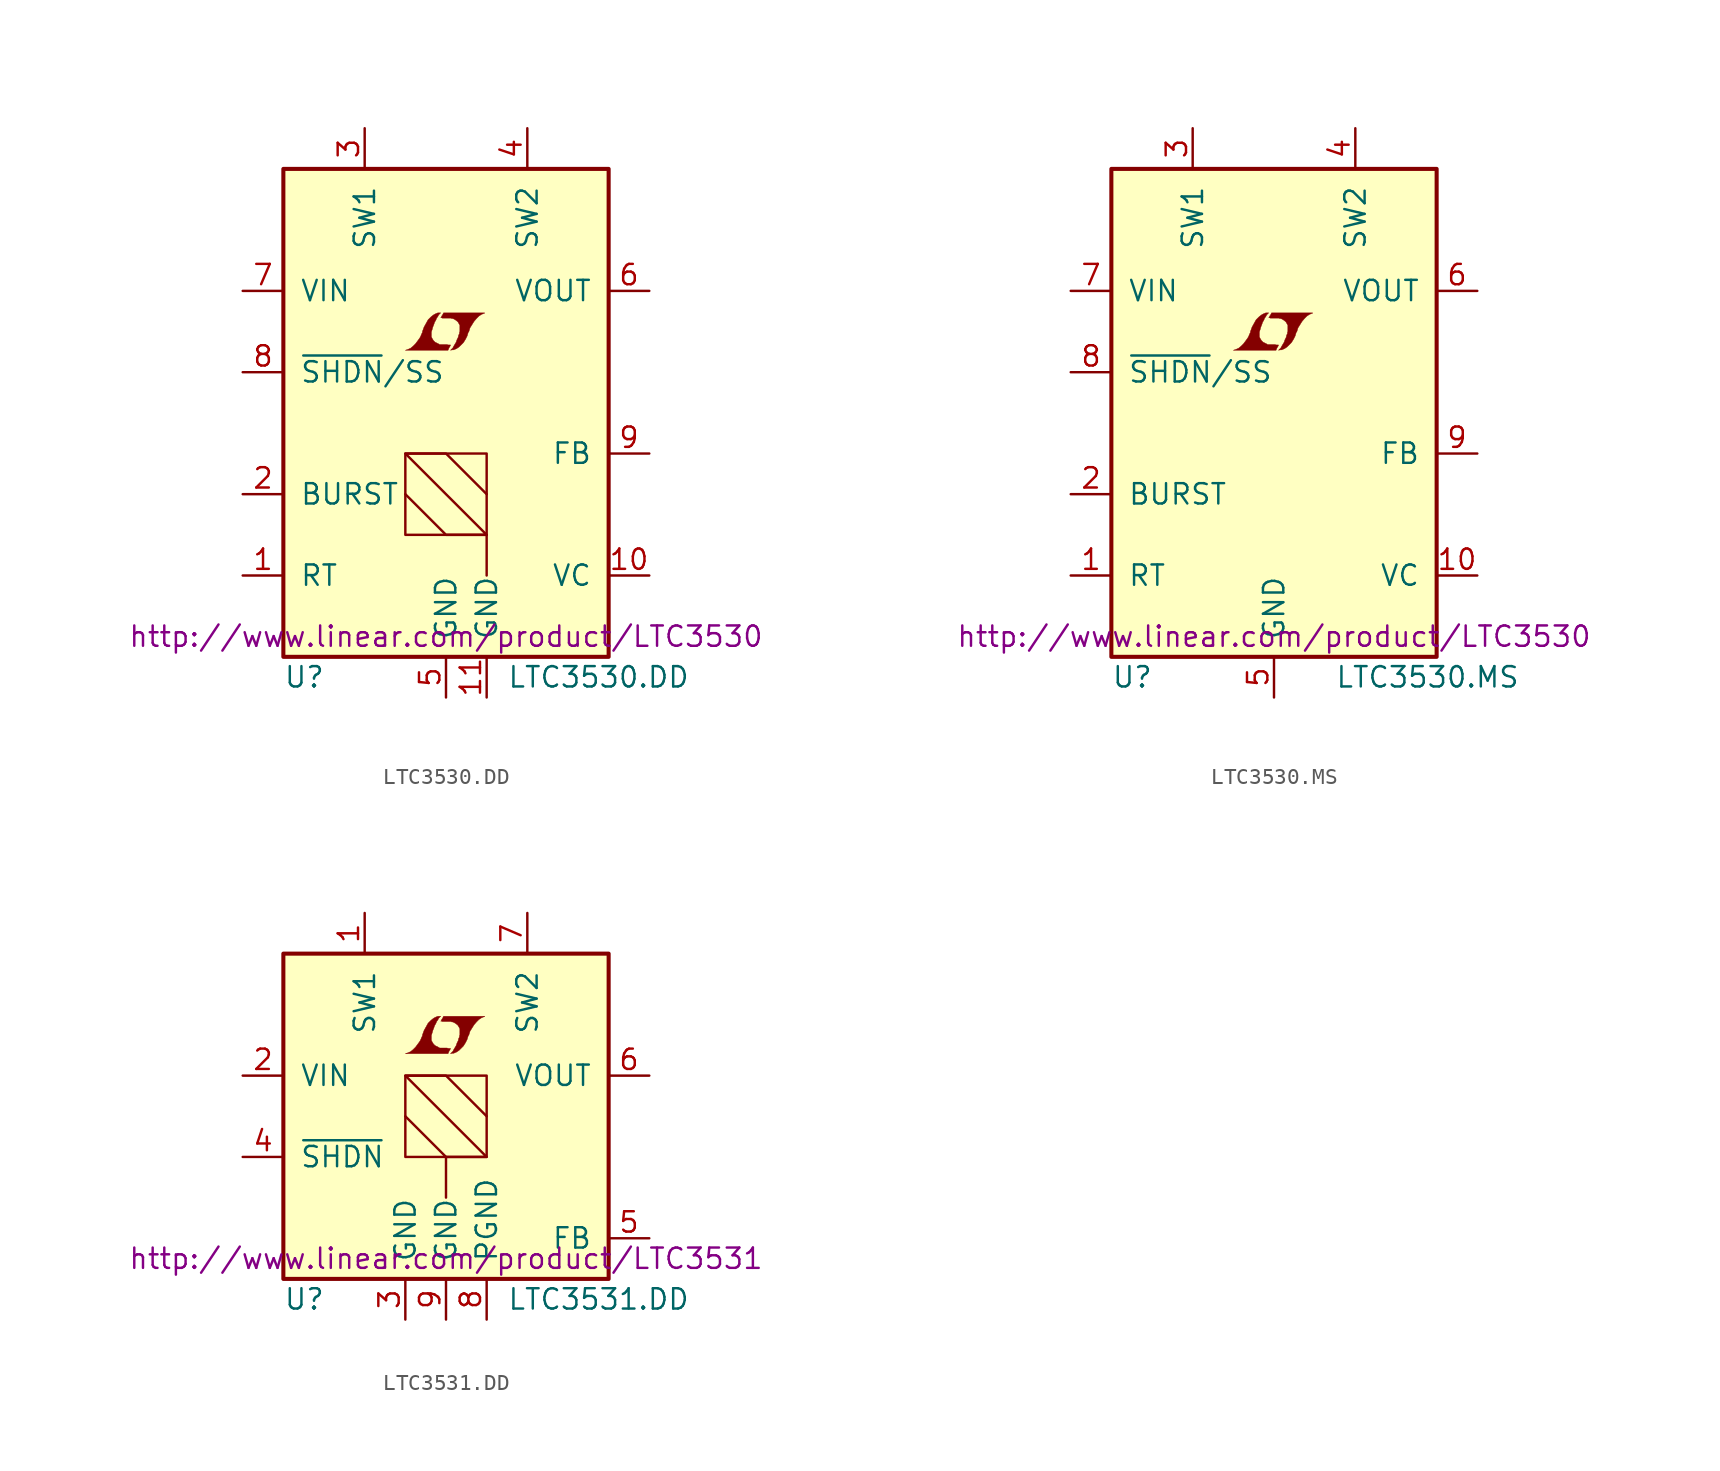
<source format=kicad_sym>
(kicad_symbol_lib
  (version 20201005)
  (generator kicad_symbol_editor)
  (symbol "LTC3530.DD"
    (pin_names
      (offset 1.016))
    (property "Reference" "U"
      (at -10.16 -16.51 0)
      (effects (font (size 1.27 1.27)) (justify left)))
    (property "Value" "LTC3530.DD"
      (at 3.81 -16.51 0)
      (effects (font (size 1.27 1.27)) (justify left)))
    (property "Datasheet" "http://www.linear.com/product/LTC3530"
      (at 0 -13.97 0)
      (effects (font (size 1.27 1.27))))
    (symbol "LTC3530.DD_0_0"
      (polyline (pts (xy 0.203 4.089) (xy 0.229 4.115) (xy 0.279 4.216) (xy 0.279 4.242) (xy 0.152 4.242) (xy 0.051 4.267) (xy -0.406 4.267) (xy -0.432 4.293) (xy -0.686 4.42) (xy -0.787 4.521) (xy -0.864 4.648) (xy -0.914 4.75) (xy -0.914 5.055) (xy -0.864 5.207) (xy -0.838 5.309) (xy -0.813 5.385) (xy -0.762 5.512) (xy -0.711 5.664) (xy -0.635 5.791) (xy -0.584 5.918) (xy -0.508 6.02) (xy -0.457 6.121) (xy -0.33 6.248) (xy -0.508 6.248) (xy -0.635 6.198) (xy -0.737 6.147) (xy -0.813 6.096) (xy -0.94 5.994) (xy -1.118 5.817) (xy -1.372 5.359) (xy -1.473 5.08) (xy -1.473 5.029) (xy -1.524 4.928) (xy -1.575 4.801) (xy -1.626 4.699) (xy -1.753 4.521) (xy -1.905 4.318) (xy -2.057 4.166) (xy -2.21 4.039) (xy -2.388 3.962) (xy -2.54 3.912) (xy 0.127 3.912) (xy 0.203 4.089)) (stroke (width 0.025)) (fill (type outline)))
      (polyline (pts (xy 0.406 3.937) (xy 0.483 3.937) (xy 0.66 4.013) (xy 0.813 4.115) (xy 1.092 4.394) (xy 1.219 4.597) (xy 1.321 4.801) (xy 1.397 5.055) (xy 1.422 5.055) (xy 1.499 5.309) (xy 1.753 5.715) (xy 1.905 5.893) (xy 2.057 6.045) (xy 2.21 6.147) (xy 2.388 6.223) (xy 2.413 6.223) (xy 2.413 6.248) (xy -0.152 6.248) (xy -0.229 6.096) (xy -0.254 6.071) (xy -0.305 5.969) (xy -0.33 5.944) (xy -0.279 5.944) (xy -0.229 5.918) (xy 0.305 5.918) (xy 0.356 5.893) (xy 0.406 5.893) (xy 0.483 5.867) (xy 0.61 5.791) (xy 0.737 5.69) (xy 0.813 5.563) (xy 0.838 5.512) (xy 0.864 5.486) (xy 0.864 5.08) (xy 0.838 5.029) (xy 0.838 4.953) (xy 0.787 4.851) (xy 0.762 4.724) (xy 0.686 4.572) (xy 0.635 4.42) (xy 0.483 4.166) (xy 0.432 4.064) (xy 0.279 3.912) (xy 0.406 3.937)) (stroke (width 0.025)) (fill (type outline))))
    (symbol "LTC3530.DD_0_1"
      (rectangle (start -10.16 15.24) (end 10.16 -15.24) (stroke (width 0.254)) (fill (type background)))
      (rectangle (start -2.54 -2.54) (end 2.54 -7.62) (stroke (width 0)) (fill (type none)))
      (polyline (pts (xy 2.54 -7.62) (xy 2.54 -10.16)) (stroke (width 0)) (fill (type none)))
      (polyline (pts (xy -2.54 -5.08) (xy 0 -7.62) (xy 2.54 -7.62) (xy -2.54 -2.54) (xy 0 -2.54) (xy 2.54 -5.08)) (stroke (width 0)) (fill (type none))))
    (symbol "LTC3530.DD_1_1"
      (pin passive line (at -12.7 -10.16 0) (length 2.54) (name "RT" (effects (font (size 1.27 1.27)))) (number "1" (effects (font (size 1.27 1.27)))))
      (pin passive line (at 12.7 -10.16 180) (length 2.54) (name "VC" (effects (font (size 1.27 1.27)))) (number "10" (effects (font (size 1.27 1.27)))))
      (pin power_in line (at 2.54 -17.78 90) (length 2.54) (name "GND" (effects (font (size 1.27 1.27)))) (number "11" (effects (font (size 1.27 1.27)))))
      (pin passive line (at -12.7 -5.08 0) (length 2.54) (name "BURST" (effects (font (size 1.27 1.27)))) (number "2" (effects (font (size 1.27 1.27)))))
      (pin passive line (at -5.08 17.78 270) (length 2.54) (name "SW1" (effects (font (size 1.27 1.27)))) (number "3" (effects (font (size 1.27 1.27)))))
      (pin passive line (at 5.08 17.78 270) (length 2.54) (name "SW2" (effects (font (size 1.27 1.27)))) (number "4" (effects (font (size 1.27 1.27)))))
      (pin power_in line (at 0 -17.78 90) (length 2.54) (name "GND" (effects (font (size 1.27 1.27)))) (number "5" (effects (font (size 1.27 1.27)))))
      (pin power_out line (at 12.7 7.62 180) (length 2.54) (name "VOUT" (effects (font (size 1.27 1.27)))) (number "6" (effects (font (size 1.27 1.27)))))
      (pin power_in line (at -12.7 7.62 0) (length 2.54) (name "VIN" (effects (font (size 1.27 1.27)))) (number "7" (effects (font (size 1.27 1.27)))))
      (pin passive line (at -12.7 2.54 0) (length 2.54) (name "~SHDN~/SS" (effects (font (size 1.27 1.27)))) (number "8" (effects (font (size 1.27 1.27)))))
      (pin passive line (at 12.7 -2.54 180) (length 2.54) (name "FB" (effects (font (size 1.27 1.27)))) (number "9" (effects (font (size 1.27 1.27)))))))
  (symbol "LTC3530.MS"
    (pin_names
      (offset 1.016))
    (property "Reference" "U"
      (at -10.16 -16.51 0)
      (effects (font (size 1.27 1.27)) (justify left)))
    (property "Value" "LTC3530.MS"
      (at 3.81 -16.51 0)
      (effects (font (size 1.27 1.27)) (justify left)))
    (property "Datasheet" "http://www.linear.com/product/LTC3530"
      (at 0 -13.97 0)
      (effects (font (size 1.27 1.27))))
    (symbol "LTC3530.MS_0_0"
      (polyline (pts (xy 0.203 4.089) (xy 0.229 4.115) (xy 0.279 4.216) (xy 0.279 4.242) (xy 0.152 4.242) (xy 0.051 4.267) (xy -0.406 4.267) (xy -0.432 4.293) (xy -0.686 4.42) (xy -0.787 4.521) (xy -0.864 4.648) (xy -0.914 4.75) (xy -0.914 5.055) (xy -0.864 5.207) (xy -0.838 5.309) (xy -0.813 5.385) (xy -0.762 5.512) (xy -0.711 5.664) (xy -0.635 5.791) (xy -0.584 5.918) (xy -0.508 6.02) (xy -0.457 6.121) (xy -0.33 6.248) (xy -0.508 6.248) (xy -0.635 6.198) (xy -0.737 6.147) (xy -0.813 6.096) (xy -0.94 5.994) (xy -1.118 5.817) (xy -1.372 5.359) (xy -1.473 5.08) (xy -1.473 5.029) (xy -1.524 4.928) (xy -1.575 4.801) (xy -1.626 4.699) (xy -1.753 4.521) (xy -1.905 4.318) (xy -2.057 4.166) (xy -2.21 4.039) (xy -2.388 3.962) (xy -2.54 3.912) (xy 0.127 3.912) (xy 0.203 4.089)) (stroke (width 0.025)) (fill (type outline)))
      (polyline (pts (xy 0.406 3.937) (xy 0.483 3.937) (xy 0.66 4.013) (xy 0.813 4.115) (xy 1.092 4.394) (xy 1.219 4.597) (xy 1.321 4.801) (xy 1.397 5.055) (xy 1.422 5.055) (xy 1.499 5.309) (xy 1.753 5.715) (xy 1.905 5.893) (xy 2.057 6.045) (xy 2.21 6.147) (xy 2.388 6.223) (xy 2.413 6.223) (xy 2.413 6.248) (xy -0.152 6.248) (xy -0.229 6.096) (xy -0.254 6.071) (xy -0.305 5.969) (xy -0.33 5.944) (xy -0.279 5.944) (xy -0.229 5.918) (xy 0.305 5.918) (xy 0.356 5.893) (xy 0.406 5.893) (xy 0.483 5.867) (xy 0.61 5.791) (xy 0.737 5.69) (xy 0.813 5.563) (xy 0.838 5.512) (xy 0.864 5.486) (xy 0.864 5.08) (xy 0.838 5.029) (xy 0.838 4.953) (xy 0.787 4.851) (xy 0.762 4.724) (xy 0.686 4.572) (xy 0.635 4.42) (xy 0.483 4.166) (xy 0.432 4.064) (xy 0.279 3.912) (xy 0.406 3.937)) (stroke (width 0.025)) (fill (type outline))))
    (symbol "LTC3530.MS_0_1"
      (rectangle (start -10.16 15.24) (end 10.16 -15.24) (stroke (width 0.254)) (fill (type background))))
    (symbol "LTC3530.MS_1_1"
      (pin passive line (at -12.7 -10.16 0) (length 2.54) (name "RT" (effects (font (size 1.27 1.27)))) (number "1" (effects (font (size 1.27 1.27)))))
      (pin passive line (at 12.7 -10.16 180) (length 2.54) (name "VC" (effects (font (size 1.27 1.27)))) (number "10" (effects (font (size 1.27 1.27)))))
      (pin passive line (at -12.7 -5.08 0) (length 2.54) (name "BURST" (effects (font (size 1.27 1.27)))) (number "2" (effects (font (size 1.27 1.27)))))
      (pin passive line (at -5.08 17.78 270) (length 2.54) (name "SW1" (effects (font (size 1.27 1.27)))) (number "3" (effects (font (size 1.27 1.27)))))
      (pin passive line (at 5.08 17.78 270) (length 2.54) (name "SW2" (effects (font (size 1.27 1.27)))) (number "4" (effects (font (size 1.27 1.27)))))
      (pin power_in line (at 0 -17.78 90) (length 2.54) (name "GND" (effects (font (size 1.27 1.27)))) (number "5" (effects (font (size 1.27 1.27)))))
      (pin power_out line (at 12.7 7.62 180) (length 2.54) (name "VOUT" (effects (font (size 1.27 1.27)))) (number "6" (effects (font (size 1.27 1.27)))))
      (pin power_in line (at -12.7 7.62 0) (length 2.54) (name "VIN" (effects (font (size 1.27 1.27)))) (number "7" (effects (font (size 1.27 1.27)))))
      (pin passive line (at -12.7 2.54 0) (length 2.54) (name "~SHDN~/SS" (effects (font (size 1.27 1.27)))) (number "8" (effects (font (size 1.27 1.27)))))
      (pin passive line (at 12.7 -2.54 180) (length 2.54) (name "FB" (effects (font (size 1.27 1.27)))) (number "9" (effects (font (size 1.27 1.27)))))))
  (symbol "LTC3531.DD"
    (pin_names
      (offset 1.016))
    (property "Reference" "U"
      (at -10.16 -11.43 0)
      (effects (font (size 1.27 1.27)) (justify left)))
    (property "Value" "LTC3531.DD"
      (at 3.81 -11.43 0)
      (effects (font (size 1.27 1.27)) (justify left)))
    (property "Datasheet" "http://www.linear.com/product/LTC3531"
      (at 0 -8.89 0)
      (effects (font (size 1.27 1.27))))
    (symbol "LTC3531.DD_0_0"
      (polyline (pts (xy 0.203 4.089) (xy 0.229 4.115) (xy 0.279 4.216) (xy 0.279 4.242) (xy 0.152 4.242) (xy 0.051 4.267) (xy -0.406 4.267) (xy -0.432 4.293) (xy -0.686 4.42) (xy -0.787 4.521) (xy -0.864 4.648) (xy -0.914 4.75) (xy -0.914 5.055) (xy -0.864 5.207) (xy -0.838 5.309) (xy -0.813 5.385) (xy -0.762 5.512) (xy -0.711 5.664) (xy -0.635 5.791) (xy -0.584 5.918) (xy -0.508 6.02) (xy -0.457 6.121) (xy -0.33 6.248) (xy -0.508 6.248) (xy -0.635 6.198) (xy -0.737 6.147) (xy -0.813 6.096) (xy -0.94 5.994) (xy -1.118 5.817) (xy -1.372 5.359) (xy -1.473 5.08) (xy -1.473 5.029) (xy -1.524 4.928) (xy -1.575 4.801) (xy -1.626 4.699) (xy -1.753 4.521) (xy -1.905 4.318) (xy -2.057 4.166) (xy -2.21 4.039) (xy -2.388 3.962) (xy -2.54 3.912) (xy 0.127 3.912) (xy 0.203 4.089)) (stroke (width 0.025)) (fill (type outline)))
      (polyline (pts (xy 0.406 3.937) (xy 0.483 3.937) (xy 0.66 4.013) (xy 0.813 4.115) (xy 1.092 4.394) (xy 1.219 4.597) (xy 1.321 4.801) (xy 1.397 5.055) (xy 1.422 5.055) (xy 1.499 5.309) (xy 1.753 5.715) (xy 1.905 5.893) (xy 2.057 6.045) (xy 2.21 6.147) (xy 2.388 6.223) (xy 2.413 6.223) (xy 2.413 6.248) (xy -0.152 6.248) (xy -0.229 6.096) (xy -0.254 6.071) (xy -0.305 5.969) (xy -0.33 5.944) (xy -0.279 5.944) (xy -0.229 5.918) (xy 0.305 5.918) (xy 0.356 5.893) (xy 0.406 5.893) (xy 0.483 5.867) (xy 0.61 5.791) (xy 0.737 5.69) (xy 0.813 5.563) (xy 0.838 5.512) (xy 0.864 5.486) (xy 0.864 5.08) (xy 0.838 5.029) (xy 0.838 4.953) (xy 0.787 4.851) (xy 0.762 4.724) (xy 0.686 4.572) (xy 0.635 4.42) (xy 0.483 4.166) (xy 0.432 4.064) (xy 0.279 3.912) (xy 0.406 3.937)) (stroke (width 0.025)) (fill (type outline))))
    (symbol "LTC3531.DD_0_1"
      (rectangle (start -10.16 10.16) (end 10.16 -10.16) (stroke (width 0.254)) (fill (type background)))
      (rectangle (start -2.54 2.54) (end 2.54 -2.54) (stroke (width 0)) (fill (type none)))
      (polyline (pts (xy 0 -2.54) (xy 0 -5.08)) (stroke (width 0)) (fill (type none)))
      (polyline (pts (xy -2.54 0) (xy 0 -2.54) (xy 2.54 -2.54) (xy -2.54 2.54) (xy 0 2.54) (xy 2.54 0)) (stroke (width 0)) (fill (type none))))
    (symbol "LTC3531.DD_1_1"
      (pin passive line (at -5.08 12.7 270) (length 2.54) (name "SW1" (effects (font (size 1.27 1.27)))) (number "1" (effects (font (size 1.27 1.27)))))
      (pin power_in line (at -12.7 2.54 0) (length 2.54) (name "VIN" (effects (font (size 1.27 1.27)))) (number "2" (effects (font (size 1.27 1.27)))))
      (pin power_in line (at -2.54 -12.7 90) (length 2.54) (name "GND" (effects (font (size 1.27 1.27)))) (number "3" (effects (font (size 1.27 1.27)))))
      (pin passive line (at -12.7 -2.54 0) (length 2.54) (name "~SHDN~" (effects (font (size 1.27 1.27)))) (number "4" (effects (font (size 1.27 1.27)))))
      (pin passive line (at 12.7 -7.62 180) (length 2.54) (name "FB" (effects (font (size 1.27 1.27)))) (number "5" (effects (font (size 1.27 1.27)))))
      (pin power_out line (at 12.7 2.54 180) (length 2.54) (name "VOUT" (effects (font (size 1.27 1.27)))) (number "6" (effects (font (size 1.27 1.27)))))
      (pin passive line (at 5.08 12.7 270) (length 2.54) (name "SW2" (effects (font (size 1.27 1.27)))) (number "7" (effects (font (size 1.27 1.27)))))
      (pin power_in line (at 2.54 -12.7 90) (length 2.54) (name "PGND" (effects (font (size 1.27 1.27)))) (number "8" (effects (font (size 1.27 1.27)))))
      (pin power_in line (at 0 -12.7 90) (length 2.54) (name "GND" (effects (font (size 1.27 1.27)))) (number "9" (effects (font (size 1.27 1.27))))))))
</source>
